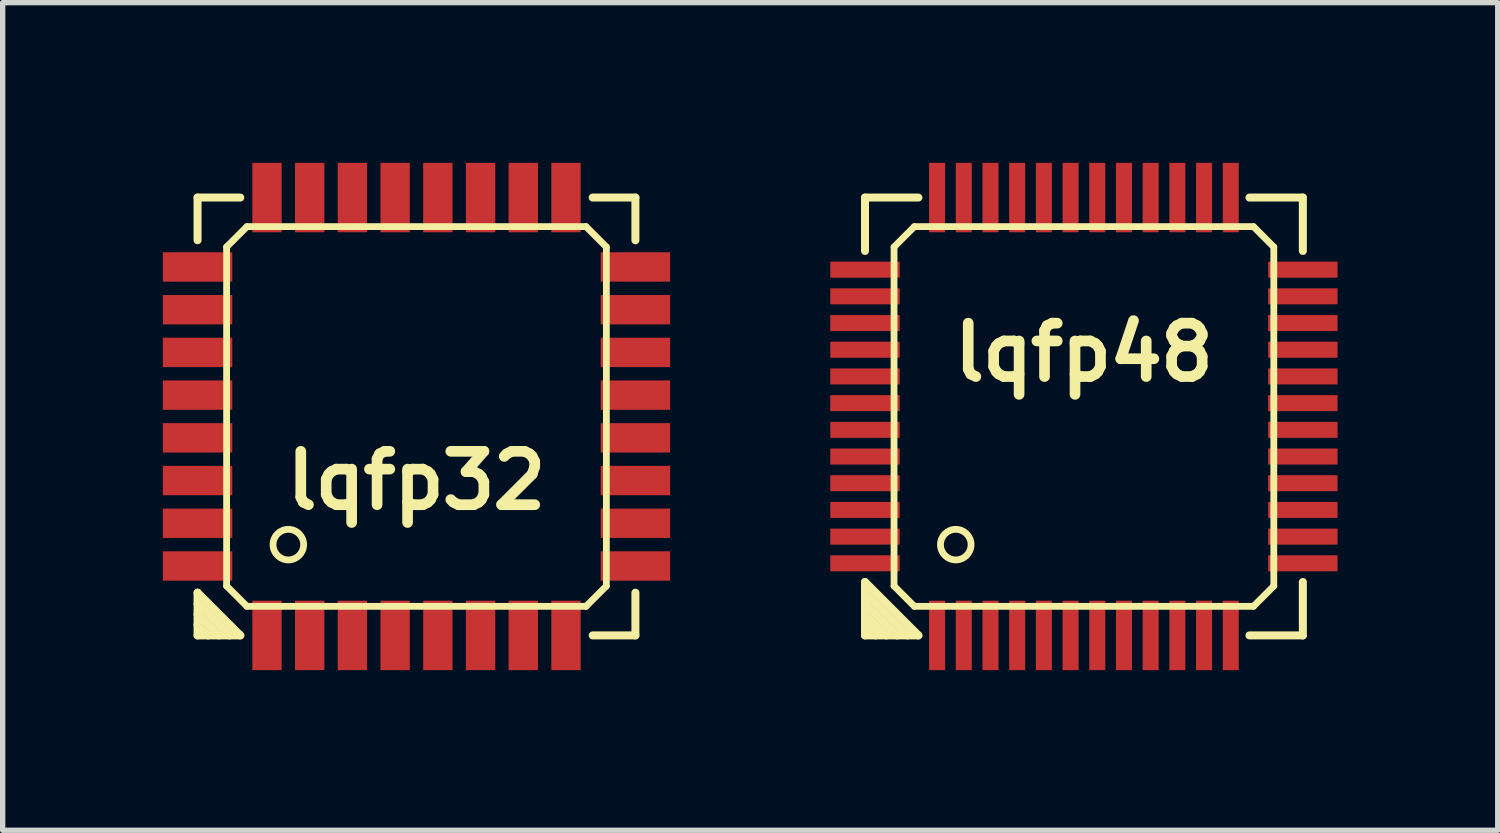
<source format=kicad_pcb>
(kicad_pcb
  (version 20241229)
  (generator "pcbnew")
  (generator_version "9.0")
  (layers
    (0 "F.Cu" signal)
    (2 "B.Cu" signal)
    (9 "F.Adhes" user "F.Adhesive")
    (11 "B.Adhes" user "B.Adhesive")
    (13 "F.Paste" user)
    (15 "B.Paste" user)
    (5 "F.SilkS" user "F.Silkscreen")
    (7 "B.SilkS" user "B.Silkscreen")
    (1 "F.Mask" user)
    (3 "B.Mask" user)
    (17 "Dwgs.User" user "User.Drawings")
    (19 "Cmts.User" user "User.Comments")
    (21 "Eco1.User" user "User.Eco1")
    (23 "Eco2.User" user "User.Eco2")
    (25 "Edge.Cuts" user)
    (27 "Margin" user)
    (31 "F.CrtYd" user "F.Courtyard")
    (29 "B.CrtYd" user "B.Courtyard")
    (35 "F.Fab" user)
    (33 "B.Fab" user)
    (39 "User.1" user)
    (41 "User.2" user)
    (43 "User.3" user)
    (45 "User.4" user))
  (footprint "lqfp32"
    (layer "F.Cu")
    (at 4.75 4.75)
    (property "Reference" "lqfp32" (at 0 1.2 0) (layer "F.SilkS") (effects (font (size 1 1) (thickness 0.2))))
    (attr through_hole)
    (fp_line (start -4.1 -4.1) (end -3.3 -4.1) (stroke (width 0.15) (type solid)) (layer "F.SilkS"))
    (fp_line (start -4.1 -3.3) (end -4.1 -4.1) (stroke (width 0.15) (type solid)) (layer "F.SilkS"))
    (fp_line (start -4.1 3.3) (end -3.3 4.1) (stroke (width 0.15) (type solid)) (layer "F.SilkS"))
    (fp_line (start -4.1 3.7) (end -3.7 4.1) (stroke (width 0.15) (type solid)) (layer "F.SilkS"))
    (fp_line (start -4.1 4.1) (end -4.1 3.3) (stroke (width 0.15) (type solid)) (layer "F.SilkS"))
    (fp_line (start -3.9 4.1) (end -4.1 3.9) (stroke (width 0.15) (type solid)) (layer "F.SilkS"))
    (fp_line (start -3.556 -3.175) (end -3.175 -3.556) (stroke (width 0.127) (type solid)) (layer "F.SilkS"))
    (fp_line (start -3.556 3.175) (end -3.556 -3.175) (stroke (width 0.127) (type solid)) (layer "F.SilkS"))
    (fp_line (start -3.5 4.1) (end -4.1 3.5) (stroke (width 0.15) (type solid)) (layer "F.SilkS"))
    (fp_line (start -3.3 4.1) (end -4.1 4.1) (stroke (width 0.15) (type solid)) (layer "F.SilkS"))
    (fp_line (start -3.175 -3.556) (end 3.175 -3.556) (stroke (width 0.127) (type solid)) (layer "F.SilkS"))
    (fp_line (start -3.175 3.556) (end -3.556 3.175) (stroke (width 0.127) (type solid)) (layer "F.SilkS"))
    (fp_line (start 3.175 -3.556) (end 3.556 -3.175) (stroke (width 0.127) (type solid)) (layer "F.SilkS"))
    (fp_line (start 3.175 3.556) (end -3.175 3.556) (stroke (width 0.127) (type solid)) (layer "F.SilkS"))
    (fp_line (start 3.3 -4.1) (end 4.1 -4.1) (stroke (width 0.15) (type solid)) (layer "F.SilkS"))
    (fp_line (start 3.556 -3.175) (end 3.556 3.175) (stroke (width 0.127) (type solid)) (layer "F.SilkS"))
    (fp_line (start 3.556 3.175) (end 3.175 3.556) (stroke (width 0.127) (type solid)) (layer "F.SilkS"))
    (fp_line (start 4.1 -4.1) (end 4.1 -3.3) (stroke (width 0.15) (type solid)) (layer "F.SilkS"))
    (fp_line (start 4.1 3.3) (end 4.1 4.1) (stroke (width 0.15) (type solid)) (layer "F.SilkS"))
    (fp_line (start 4.1 4.1) (end 3.3 4.1) (stroke (width 0.15) (type solid)) (layer "F.SilkS"))
    (fp_circle (center -2.4 2.4) (end -2.65 2.54) (stroke (width 0.127) (type solid)) (fill no) (layer "F.SilkS"))
    (pad "1" smd rect (at -2.8 4.1) (size 0.55 1.3) (layers "F.Cu" "F.Mask" "F.Paste"))
    (pad "2" smd rect (at -2 4.1) (size 0.55 1.3) (layers "F.Cu" "F.Mask" "F.Paste"))
    (pad "3" smd rect (at -1.2 4.1) (size 0.55 1.3) (layers "F.Cu" "F.Mask" "F.Paste"))
    (pad "4" smd rect (at -0.4 4.1) (size 0.55 1.3) (layers "F.Cu" "F.Mask" "F.Paste"))
    (pad "5" smd rect (at 0.4 4.1) (size 0.55 1.3) (layers "F.Cu" "F.Mask" "F.Paste"))
    (pad "6" smd rect (at 1.2 4.1) (size 0.55 1.3) (layers "F.Cu" "F.Mask" "F.Paste"))
    (pad "7" smd rect (at 2 4.1) (size 0.55 1.3) (layers "F.Cu" "F.Mask" "F.Paste"))
    (pad "8" smd rect (at 2.8 4.1) (size 0.55 1.3) (layers "F.Cu" "F.Mask" "F.Paste"))
    (pad "9" smd rect (at 4.1 2.8) (size 1.3 0.55) (layers "F.Cu" "F.Mask" "F.Paste"))
    (pad "10" smd rect (at 4.1 2) (size 1.3 0.55) (layers "F.Cu" "F.Mask" "F.Paste"))
    (pad "11" smd rect (at 4.1 1.2) (size 1.3 0.55) (layers "F.Cu" "F.Mask" "F.Paste"))
    (pad "12" smd rect (at 4.1 0.4) (size 1.3 0.55) (layers "F.Cu" "F.Mask" "F.Paste"))
    (pad "13" smd rect (at 4.1 -0.4) (size 1.3 0.55) (layers "F.Cu" "F.Mask" "F.Paste"))
    (pad "14" smd rect (at 4.1 -1.2) (size 1.3 0.55) (layers "F.Cu" "F.Mask" "F.Paste"))
    (pad "15" smd rect (at 4.1 -2) (size 1.3 0.55) (layers "F.Cu" "F.Mask" "F.Paste"))
    (pad "16" smd rect (at 4.1 -2.8) (size 1.3 0.55) (layers "F.Cu" "F.Mask" "F.Paste"))
    (pad "17" smd rect (at 2.8 -4.1) (size 0.55 1.3) (layers "F.Cu" "F.Mask" "F.Paste"))
    (pad "18" smd rect (at 2 -4.1) (size 0.55 1.3) (layers "F.Cu" "F.Mask" "F.Paste"))
    (pad "19" smd rect (at 1.2 -4.1) (size 0.55 1.3) (layers "F.Cu" "F.Mask" "F.Paste"))
    (pad "20" smd rect (at 0.4 -4.1) (size 0.55 1.3) (layers "F.Cu" "F.Mask" "F.Paste"))
    (pad "21" smd rect (at -0.4 -4.1) (size 0.55 1.3) (layers "F.Cu" "F.Mask" "F.Paste"))
    (pad "22" smd rect (at -1.2 -4.1) (size 0.55 1.3) (layers "F.Cu" "F.Mask" "F.Paste"))
    (pad "23" smd rect (at -2 -4.1) (size 0.55 1.3) (layers "F.Cu" "F.Mask" "F.Paste"))
    (pad "24" smd rect (at -2.8 -4.1) (size 0.55 1.3) (layers "F.Cu" "F.Mask" "F.Paste"))
    (pad "25" smd rect (at -4.1 -2.8) (size 1.3 0.55) (layers "F.Cu" "F.Mask" "F.Paste"))
    (pad "26" smd rect (at -4.1 -2) (size 1.3 0.55) (layers "F.Cu" "F.Mask" "F.Paste"))
    (pad "27" smd rect (at -4.1 -1.2) (size 1.3 0.55) (layers "F.Cu" "F.Mask" "F.Paste"))
    (pad "28" smd rect (at -4.1 -0.4) (size 1.3 0.55) (layers "F.Cu" "F.Mask" "F.Paste"))
    (pad "29" smd rect (at -4.1 0.4) (size 1.3 0.55) (layers "F.Cu" "F.Mask" "F.Paste"))
    (pad "30" smd rect (at -4.1 1.2) (size 1.3 0.55) (layers "F.Cu" "F.Mask" "F.Paste"))
    (pad "31" smd rect (at -4.1 2) (size 1.3 0.55) (layers "F.Cu" "F.Mask" "F.Paste"))
    (pad "32" smd rect (at -4.1 2.8) (size 1.3 0.55) (layers "F.Cu" "F.Mask" "F.Paste")))
  (footprint "lqfp48"
    (layer "F.Cu")
    (at 17.25 4.75)
    (property "Reference" "lqfp48" (at 0 -1.2 0) (layer "F.SilkS") (effects (font (size 1 1) (thickness 0.2))))
    (attr through_hole)
    (fp_line (start -4.1 -4.1) (end -3.1 -4.1) (stroke (width 0.15) (type solid)) (layer "F.SilkS"))
    (fp_line (start -4.1 -3.1) (end -4.1 -4.1) (stroke (width 0.15) (type solid)) (layer "F.SilkS"))
    (fp_line (start -4.1 3.1) (end -3.1 4.1) (stroke (width 0.15) (type solid)) (layer "F.SilkS"))
    (fp_line (start -4.1 3.5) (end -3.5 4.1) (stroke (width 0.15) (type solid)) (layer "F.SilkS"))
    (fp_line (start -4.1 3.9) (end -3.9 4.1) (stroke (width 0.15) (type solid)) (layer "F.SilkS"))
    (fp_line (start -4.1 4.1) (end -4.1 3.1) (stroke (width 0.15) (type solid)) (layer "F.SilkS"))
    (fp_line (start -3.7 4.1) (end -4.1 3.7) (stroke (width 0.15) (type solid)) (layer "F.SilkS"))
    (fp_line (start -3.556 -3.175) (end -3.175 -3.556) (stroke (width 0.127) (type solid)) (layer "F.SilkS"))
    (fp_line (start -3.556 3.175) (end -3.556 -3.175) (stroke (width 0.127) (type solid)) (layer "F.SilkS"))
    (fp_line (start -3.3 4.1) (end -4.1 3.3) (stroke (width 0.15) (type solid)) (layer "F.SilkS"))
    (fp_line (start -3.175 -3.556) (end 3.175 -3.556) (stroke (width 0.127) (type solid)) (layer "F.SilkS"))
    (fp_line (start -3.175 3.556) (end -3.556 3.175) (stroke (width 0.127) (type solid)) (layer "F.SilkS"))
    (fp_line (start -3.1 4.1) (end -4.1 4.1) (stroke (width 0.15) (type solid)) (layer "F.SilkS"))
    (fp_line (start 3.1 -4.1) (end 4.1 -4.1) (stroke (width 0.15) (type solid)) (layer "F.SilkS"))
    (fp_line (start 3.175 -3.556) (end 3.556 -3.175) (stroke (width 0.127) (type solid)) (layer "F.SilkS"))
    (fp_line (start 3.175 3.556) (end -3.175 3.556) (stroke (width 0.127) (type solid)) (layer "F.SilkS"))
    (fp_line (start 3.556 -3.175) (end 3.556 3.175) (stroke (width 0.127) (type solid)) (layer "F.SilkS"))
    (fp_line (start 3.556 3.175) (end 3.175 3.556) (stroke (width 0.127) (type solid)) (layer "F.SilkS"))
    (fp_line (start 4.1 -4.1) (end 4.1 -3.1) (stroke (width 0.15) (type solid)) (layer "F.SilkS"))
    (fp_line (start 4.1 3.1) (end 4.1 4.1) (stroke (width 0.15) (type solid)) (layer "F.SilkS"))
    (fp_line (start 4.1 4.1) (end 3.1 4.1) (stroke (width 0.15) (type solid)) (layer "F.SilkS"))
    (fp_circle (center -2.4 2.4) (end -2.65 2.54) (stroke (width 0.127) (type solid)) (fill no) (layer "F.SilkS"))
    (pad "1" smd rect (at -2.75 4.1) (size 0.3 1.3) (layers "F.Cu" "F.Mask" "F.Paste"))
    (pad "2" smd rect (at -2.25 4.1) (size 0.3 1.3) (layers "F.Cu" "F.Mask" "F.Paste"))
    (pad "3" smd rect (at -1.75 4.1) (size 0.3 1.3) (layers "F.Cu" "F.Mask" "F.Paste"))
    (pad "4" smd rect (at -1.25 4.1) (size 0.3 1.3) (layers "F.Cu" "F.Mask" "F.Paste"))
    (pad "5" smd rect (at -0.75 4.1) (size 0.3 1.3) (layers "F.Cu" "F.Mask" "F.Paste"))
    (pad "6" smd rect (at -0.25 4.1) (size 0.3 1.3) (layers "F.Cu" "F.Mask" "F.Paste"))
    (pad "7" smd rect (at 0.25 4.1) (size 0.3 1.3) (layers "F.Cu" "F.Mask" "F.Paste"))
    (pad "8" smd rect (at 0.75 4.1) (size 0.3 1.3) (layers "F.Cu" "F.Mask" "F.Paste"))
    (pad "9" smd rect (at 1.25 4.1) (size 0.3 1.3) (layers "F.Cu" "F.Mask" "F.Paste"))
    (pad "10" smd rect (at 1.75 4.1) (size 0.3 1.3) (layers "F.Cu" "F.Mask" "F.Paste"))
    (pad "11" smd rect (at 2.25 4.1) (size 0.3 1.3) (layers "F.Cu" "F.Mask" "F.Paste"))
    (pad "12" smd rect (at 2.75 4.1) (size 0.3 1.3) (layers "F.Cu" "F.Mask" "F.Paste"))
    (pad "13" smd rect (at 4.1 2.75) (size 1.3 0.3) (layers "F.Cu" "F.Mask" "F.Paste"))
    (pad "14" smd rect (at 4.1 2.25) (size 1.3 0.3) (layers "F.Cu" "F.Mask" "F.Paste"))
    (pad "15" smd rect (at 4.1 1.75) (size 1.3 0.3) (layers "F.Cu" "F.Mask" "F.Paste"))
    (pad "16" smd rect (at 4.1 1.25) (size 1.3 0.3) (layers "F.Cu" "F.Mask" "F.Paste"))
    (pad "17" smd rect (at 4.1 0.75) (size 1.3 0.3) (layers "F.Cu" "F.Mask" "F.Paste"))
    (pad "18" smd rect (at 4.1 0.25) (size 1.3 0.3) (layers "F.Cu" "F.Mask" "F.Paste"))
    (pad "19" smd rect (at 4.1 -0.25) (size 1.3 0.3) (layers "F.Cu" "F.Mask" "F.Paste"))
    (pad "20" smd rect (at 4.1 -0.75) (size 1.3 0.3) (layers "F.Cu" "F.Mask" "F.Paste"))
    (pad "21" smd rect (at 4.1 -1.25) (size 1.3 0.3) (layers "F.Cu" "F.Mask" "F.Paste"))
    (pad "22" smd rect (at 4.1 -1.75) (size 1.3 0.3) (layers "F.Cu" "F.Mask" "F.Paste"))
    (pad "23" smd rect (at 4.1 -2.25) (size 1.3 0.3) (layers "F.Cu" "F.Mask" "F.Paste"))
    (pad "24" smd rect (at 4.1 -2.75) (size 1.3 0.3) (layers "F.Cu" "F.Mask" "F.Paste"))
    (pad "25" smd rect (at 2.75 -4.1) (size 0.3 1.3) (layers "F.Cu" "F.Mask" "F.Paste"))
    (pad "26" smd rect (at 2.25 -4.1) (size 0.3 1.3) (layers "F.Cu" "F.Mask" "F.Paste"))
    (pad "27" smd rect (at 1.75 -4.1) (size 0.3 1.3) (layers "F.Cu" "F.Mask" "F.Paste"))
    (pad "28" smd rect (at 1.25 -4.1) (size 0.3 1.3) (layers "F.Cu" "F.Mask" "F.Paste"))
    (pad "29" smd rect (at 0.75 -4.1) (size 0.3 1.3) (layers "F.Cu" "F.Mask" "F.Paste"))
    (pad "30" smd rect (at 0.25 -4.1) (size 0.3 1.3) (layers "F.Cu" "F.Mask" "F.Paste"))
    (pad "31" smd rect (at -0.25 -4.1) (size 0.3 1.3) (layers "F.Cu" "F.Mask" "F.Paste"))
    (pad "32" smd rect (at -0.75 -4.1) (size 0.3 1.3) (layers "F.Cu" "F.Mask" "F.Paste"))
    (pad "33" smd rect (at -1.25 -4.1) (size 0.3 1.3) (layers "F.Cu" "F.Mask" "F.Paste"))
    (pad "34" smd rect (at -1.75 -4.1) (size 0.3 1.3) (layers "F.Cu" "F.Mask" "F.Paste"))
    (pad "35" smd rect (at -2.25 -4.1) (size 0.3 1.3) (layers "F.Cu" "F.Mask" "F.Paste"))
    (pad "36" smd rect (at -2.75 -4.1) (size 0.3 1.3) (layers "F.Cu" "F.Mask" "F.Paste"))
    (pad "37" smd rect (at -4.1 -2.75) (size 1.3 0.3) (layers "F.Cu" "F.Mask" "F.Paste"))
    (pad "38" smd rect (at -4.1 -2.25) (size 1.3 0.3) (layers "F.Cu" "F.Mask" "F.Paste"))
    (pad "39" smd rect (at -4.1 -1.75) (size 1.3 0.3) (layers "F.Cu" "F.Mask" "F.Paste"))
    (pad "40" smd rect (at -4.1 -1.25) (size 1.3 0.3) (layers "F.Cu" "F.Mask" "F.Paste"))
    (pad "41" smd rect (at -4.1 -0.75) (size 1.3 0.3) (layers "F.Cu" "F.Mask" "F.Paste"))
    (pad "42" smd rect (at -4.1 -0.25) (size 1.3 0.3) (layers "F.Cu" "F.Mask" "F.Paste"))
    (pad "43" smd rect (at -4.1 0.25) (size 1.3 0.3) (layers "F.Cu" "F.Mask" "F.Paste"))
    (pad "44" smd rect (at -4.1 0.75) (size 1.3 0.3) (layers "F.Cu" "F.Mask" "F.Paste"))
    (pad "45" smd rect (at -4.1 1.25) (size 1.3 0.3) (layers "F.Cu" "F.Mask" "F.Paste"))
    (pad "46" smd rect (at -4.1 1.75) (size 1.3 0.3) (layers "F.Cu" "F.Mask" "F.Paste"))
    (pad "47" smd rect (at -4.1 2.25) (size 1.3 0.3) (layers "F.Cu" "F.Mask" "F.Paste"))
    (pad "48" smd rect (at -4.1 2.75) (size 1.3 0.3) (layers "F.Cu" "F.Mask" "F.Paste")))
  (gr_rect
    (start -3 -3)
    (end 25 12.5)
    (stroke (width 0.1) (type default))
    (fill no)
    (layer "Edge.Cuts")))
</source>
